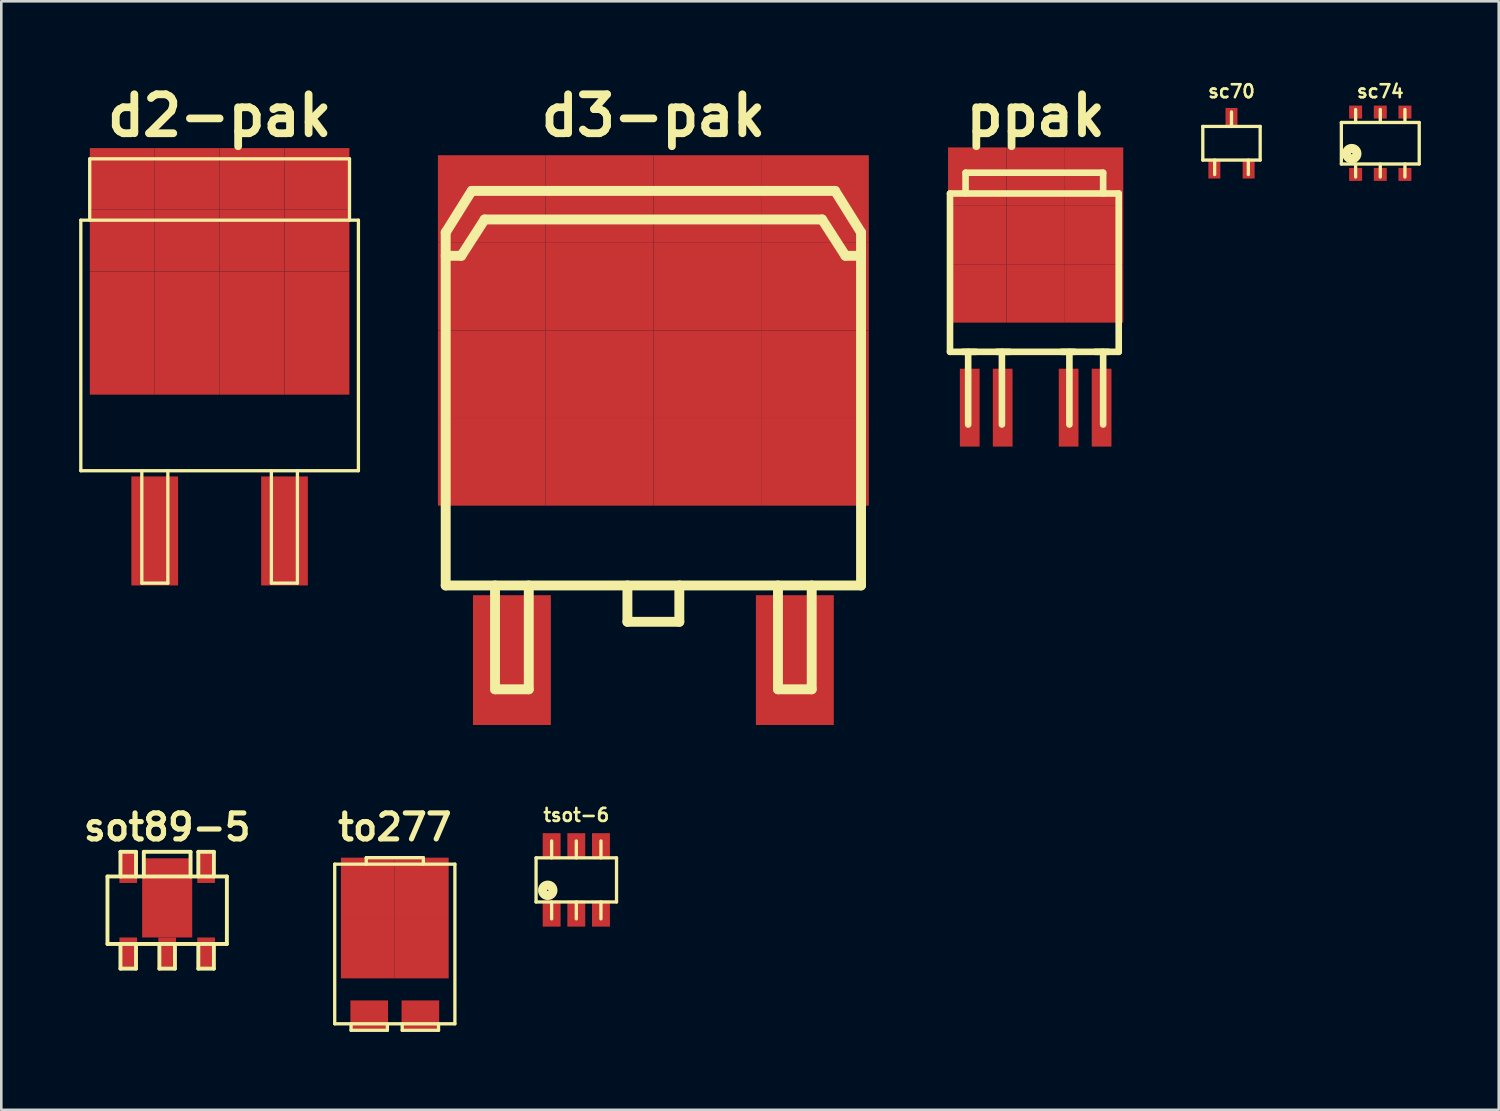
<source format=kicad_pcb>
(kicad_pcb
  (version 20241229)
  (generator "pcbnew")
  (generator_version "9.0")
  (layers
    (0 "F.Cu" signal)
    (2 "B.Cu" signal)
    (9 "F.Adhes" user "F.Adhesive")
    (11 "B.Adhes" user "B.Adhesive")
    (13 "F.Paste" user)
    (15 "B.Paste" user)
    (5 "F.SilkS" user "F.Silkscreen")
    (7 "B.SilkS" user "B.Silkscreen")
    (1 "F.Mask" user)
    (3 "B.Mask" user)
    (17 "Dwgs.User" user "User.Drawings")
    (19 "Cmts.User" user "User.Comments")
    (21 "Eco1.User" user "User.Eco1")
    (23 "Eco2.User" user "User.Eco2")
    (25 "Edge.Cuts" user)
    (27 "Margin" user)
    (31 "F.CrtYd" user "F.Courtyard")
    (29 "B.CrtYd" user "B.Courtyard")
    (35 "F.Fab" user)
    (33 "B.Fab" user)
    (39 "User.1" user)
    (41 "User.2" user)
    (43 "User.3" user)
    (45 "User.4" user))
  (footprint "to277"
    (layer "F.Cu")
    (at 12.159 33.315)
    (property "Reference" "to277" (at 0 -4.5 0) (layer "F.SilkS") (effects (font (size 1 1) (thickness 0.2))))
    (attr through_hole)
    (fp_line (start -2.315 -3.075) (end -2.315 3.075) (stroke (width 0.127) (type solid)) (layer "F.SilkS"))
    (fp_line (start -2.315 3.075) (end 2.315 3.075) (stroke (width 0.127) (type solid)) (layer "F.SilkS"))
    (fp_line (start -1.685 3.325) (end -1.685 3.075) (stroke (width 0.127) (type solid)) (layer "F.SilkS"))
    (fp_line (start -1.685 3.325) (end -0.285 3.325) (stroke (width 0.127) (type solid)) (layer "F.SilkS"))
    (fp_line (start -1.1 -3.325) (end 1.1 -3.325) (stroke (width 0.127) (type solid)) (layer "F.SilkS"))
    (fp_line (start -1.1 -3.075) (end -1.1 -3.325) (stroke (width 0.127) (type solid)) (layer "F.SilkS"))
    (fp_line (start -0.285 3.325) (end -0.285 3.075) (stroke (width 0.127) (type solid)) (layer "F.SilkS"))
    (fp_line (start 0.285 3.325) (end 0.285 3.075) (stroke (width 0.127) (type solid)) (layer "F.SilkS"))
    (fp_line (start 1.1 -3.075) (end 1.1 -3.325) (stroke (width 0.127) (type solid)) (layer "F.SilkS"))
    (fp_line (start 1.685 3.325) (end 0.285 3.325) (stroke (width 0.127) (type solid)) (layer "F.SilkS"))
    (fp_line (start 1.685 3.325) (end 1.685 3.075) (stroke (width 0.127) (type solid)) (layer "F.SilkS"))
    (fp_line (start 2.315 -3.075) (end -2.315 -3.075) (stroke (width 0.127) (type solid)) (layer "F.SilkS"))
    (fp_line (start 2.315 3.075) (end 2.315 -3.075) (stroke (width 0.127) (type solid)) (layer "F.SilkS"))
    (pad "1" smd rect (at -0.985 2.75) (size 1.45 1.15) (layers "F.Cu" "F.Mask" "F.Paste"))
    (pad "2" smd rect (at -1.038 -2.163) (size 2.075 2.325) (layers "F.Cu" "F.Mask" "F.Paste"))
    (pad "2" smd rect (at -1.038 0.163) (size 2.075 2.325) (layers "F.Cu" "F.Mask" "F.Paste"))
    (pad "2" smd rect (at 1.038 -2.163) (size 2.075 2.325) (layers "F.Cu" "F.Mask" "F.Paste"))
    (pad "2" smd rect (at 1.038 0.163) (size 2.075 2.325) (layers "F.Cu" "F.Mask" "F.Paste"))
    (pad "3" smd rect (at 0.985 2.75) (size 1.45 1.15) (layers "F.Cu" "F.Mask" "F.Paste")))
  (footprint "d2-pak"
    (layer "F.Cu")
    (at 5.41 12.404)
    (property "Reference" "d2-pak" (at 0 -11 0) (layer "F.SilkS") (effects (font (size 1.5 1.5) (thickness 0.3))))
    (attr through_hole)
    (fp_line (start -5.347 -6.972) (end 5.347 -6.972) (stroke (width 0.127) (type solid)) (layer "F.SilkS"))
    (fp_line (start -5.347 2.68) (end -5.347 -6.972) (stroke (width 0.127) (type solid)) (layer "F.SilkS"))
    (fp_line (start -5.004 -9.335) (end 5.004 -9.335) (stroke (width 0.127) (type solid)) (layer "F.SilkS"))
    (fp_line (start -5.004 -6.972) (end -5.004 -9.335) (stroke (width 0.127) (type solid)) (layer "F.SilkS"))
    (fp_line (start -2.997 2.68) (end -2.997 7.01) (stroke (width 0.127) (type solid)) (layer "F.SilkS"))
    (fp_line (start -2.997 7.01) (end -1.994 7.01) (stroke (width 0.127) (type solid)) (layer "F.SilkS"))
    (fp_line (start -1.994 7.01) (end -1.994 2.68) (stroke (width 0.127) (type solid)) (layer "F.SilkS"))
    (fp_line (start 1.994 2.68) (end 1.994 7.01) (stroke (width 0.127) (type solid)) (layer "F.SilkS"))
    (fp_line (start 1.994 7.01) (end 2.997 7.01) (stroke (width 0.127) (type solid)) (layer "F.SilkS"))
    (fp_line (start 2.997 7.01) (end 2.997 2.68) (stroke (width 0.127) (type solid)) (layer "F.SilkS"))
    (fp_line (start 5.004 -9.335) (end 5.004 -6.972) (stroke (width 0.127) (type solid)) (layer "F.SilkS"))
    (fp_line (start 5.347 -6.972) (end 5.347 2.68) (stroke (width 0.127) (type solid)) (layer "F.SilkS"))
    (fp_line (start 5.347 2.68) (end -5.347 2.68) (stroke (width 0.127) (type solid)) (layer "F.SilkS"))
    (pad "1" smd rect (at -2.5 5) (size 1.8 4.2) (layers "F.Cu" "F.Mask" "F.Paste"))
    (pad "2" smd rect (at -3.75 -8.562) (size 2.5 2.375) (layers "F.Cu" "F.Mask" "F.Paste"))
    (pad "2" smd rect (at -3.75 -6.188) (size 2.5 2.375) (layers "F.Cu" "F.Mask" "F.Paste"))
    (pad "2" smd rect (at -3.75 -3.812) (size 2.5 2.375) (layers "F.Cu" "F.Mask" "F.Paste"))
    (pad "2" smd rect (at -3.75 -1.438) (size 2.5 2.375) (layers "F.Cu" "F.Mask" "F.Paste"))
    (pad "2" smd rect (at -1.25 -8.562) (size 2.5 2.375) (layers "F.Cu" "F.Mask" "F.Paste"))
    (pad "2" smd rect (at -1.25 -6.188) (size 2.5 2.375) (layers "F.Cu" "F.Mask" "F.Paste"))
    (pad "2" smd rect (at -1.25 -3.812) (size 2.5 2.375) (layers "F.Cu" "F.Mask" "F.Paste"))
    (pad "2" smd rect (at -1.25 -1.438) (size 2.5 2.375) (layers "F.Cu" "F.Mask" "F.Paste"))
    (pad "2" smd rect (at 1.25 -8.562) (size 2.5 2.375) (layers "F.Cu" "F.Mask" "F.Paste"))
    (pad "2" smd rect (at 1.25 -6.188) (size 2.5 2.375) (layers "F.Cu" "F.Mask" "F.Paste"))
    (pad "2" smd rect (at 1.25 -3.812) (size 2.5 2.375) (layers "F.Cu" "F.Mask" "F.Paste"))
    (pad "2" smd rect (at 1.25 -1.438) (size 2.5 2.375) (layers "F.Cu" "F.Mask" "F.Paste"))
    (pad "2" smd rect (at 3.75 -8.562) (size 2.5 2.375) (layers "F.Cu" "F.Mask" "F.Paste"))
    (pad "2" smd rect (at 3.75 -6.188) (size 2.5 2.375) (layers "F.Cu" "F.Mask" "F.Paste"))
    (pad "2" smd rect (at 3.75 -3.812) (size 2.5 2.375) (layers "F.Cu" "F.Mask" "F.Paste"))
    (pad "2" smd rect (at 3.75 -1.438) (size 2.5 2.375) (layers "F.Cu" "F.Mask" "F.Paste"))
    (pad "3" smd rect (at 2.5 5) (size 1.8 4.2) (layers "F.Cu" "F.Mask" "F.Paste")))
  (footprint "ppak"
    (layer "F.Cu")
    (at 36.847 8.404)
    (property "Reference" "ppak" (at 0 -7 0) (layer "F.SilkS") (effects (font (size 1.5 1.5) (thickness 0.3))))
    (attr through_hole)
    (fp_line (start -3.3 -4) (end 3.2 -4) (stroke (width 0.254) (type solid)) (layer "F.SilkS"))
    (fp_line (start -3.3 2.1) (end -3.3 -4) (stroke (width 0.254) (type solid)) (layer "F.SilkS"))
    (fp_line (start -3.3 2.1) (end 3.2 2.1) (stroke (width 0.254) (type solid)) (layer "F.SilkS"))
    (fp_line (start -2.7 -4.8) (end 2.6 -4.8) (stroke (width 0.254) (type solid)) (layer "F.SilkS"))
    (fp_line (start -2.7 -4) (end -2.7 -4.8) (stroke (width 0.254) (type solid)) (layer "F.SilkS"))
    (fp_line (start -2.6 2.1) (end -2.6 4.9) (stroke (width 0.254) (type solid)) (layer "F.SilkS"))
    (fp_line (start -2.3 2.1) (end -2.8 2.1) (stroke (width 0.254) (type solid)) (layer "F.SilkS"))
    (fp_line (start -1.3 2.1) (end -1.3 4.9) (stroke (width 0.254) (type solid)) (layer "F.SilkS"))
    (fp_line (start -1 2.1) (end -1.5 2.1) (stroke (width 0.254) (type solid)) (layer "F.SilkS"))
    (fp_line (start 1.3 4.9) (end 1.3 2.1) (stroke (width 0.254) (type solid)) (layer "F.SilkS"))
    (fp_line (start 1.5 2.1) (end 1 2.1) (stroke (width 0.254) (type solid)) (layer "F.SilkS"))
    (fp_line (start 2.6 -4.8) (end 2.6 -4) (stroke (width 0.254) (type solid)) (layer "F.SilkS"))
    (fp_line (start 2.6 4.9) (end 2.6 2.1) (stroke (width 0.254) (type solid)) (layer "F.SilkS"))
    (fp_line (start 2.8 2.1) (end 2.3 2.1) (stroke (width 0.254) (type solid)) (layer "F.SilkS"))
    (fp_line (start 3.2 -4) (end 3.2 2.1) (stroke (width 0.254) (type solid)) (layer "F.SilkS"))
    (pad "1" smd rect (at -2.54 4.25) (size 0.76 3) (layers "F.Cu" "F.Mask" "F.Paste"))
    (pad "2" smd rect (at -1.27 4.25) (size 0.76 3) (layers "F.Cu" "F.Mask" "F.Paste"))
    (pad "4" smd rect (at 1.27 4.25) (size 0.76 3) (layers "F.Cu" "F.Mask" "F.Paste"))
    (pad "5" smd rect (at 2.54 4.25) (size 0.76 3) (layers "F.Cu" "F.Mask" "F.Paste"))
    (pad "6" smd rect (at -2.25 -4.65) (size 2.25 2.25) (layers "F.Cu" "F.Mask" "F.Paste"))
    (pad "6" smd rect (at -2.25 -2.4) (size 2.25 2.25) (layers "F.Cu" "F.Mask" "F.Paste"))
    (pad "6" smd rect (at -2.25 -0.15) (size 2.25 2.25) (layers "F.Cu" "F.Mask" "F.Paste"))
    (pad "6" smd rect (at 0 -4.65) (size 2.25 2.25) (layers "F.Cu" "F.Mask" "F.Paste"))
    (pad "6" smd rect (at 0 -2.4) (size 2.25 2.25) (layers "F.Cu" "F.Mask" "F.Paste"))
    (pad "6" smd rect (at 0 -0.15) (size 2.25 2.25) (layers "F.Cu" "F.Mask" "F.Paste"))
    (pad "6" smd rect (at 2.25 -4.65) (size 2.25 2.25) (layers "F.Cu" "F.Mask" "F.Paste"))
    (pad "6" smd rect (at 2.25 -2.4) (size 2.25 2.25) (layers "F.Cu" "F.Mask" "F.Paste"))
    (pad "6" smd rect (at 2.25 -0.15) (size 2.25 2.25) (layers "F.Cu" "F.Mask" "F.Paste")))
  (footprint "tsot-6"
    (layer "F.Cu")
    (at 19.151 30.847)
    (property "Reference" "tsot-6" (at 0 -2.5 0) (layer "F.SilkS") (effects (font (size 0.5 0.5) (thickness 0.1))))
    (attr through_hole)
    (fp_line (start -1.55 -0.85) (end 1.55 -0.85) (stroke (width 0.127) (type solid)) (layer "F.SilkS"))
    (fp_line (start -1.55 0.85) (end -1.55 -0.85) (stroke (width 0.127) (type solid)) (layer "F.SilkS"))
    (fp_line (start -0.95 -0.85) (end -0.95 -1.5) (stroke (width 0.127) (type solid)) (layer "F.SilkS"))
    (fp_line (start -0.95 0.85) (end -0.95 1.5) (stroke (width 0.127) (type solid)) (layer "F.SilkS"))
    (fp_line (start 0 -0.85) (end 0 -1.5) (stroke (width 0.127) (type solid)) (layer "F.SilkS"))
    (fp_line (start 0 0.85) (end 0 1.5) (stroke (width 0.127) (type solid)) (layer "F.SilkS"))
    (fp_line (start 0.95 -0.85) (end 0.95 -1.5) (stroke (width 0.127) (type solid)) (layer "F.SilkS"))
    (fp_line (start 0.95 0.85) (end 0.95 1.5) (stroke (width 0.127) (type solid)) (layer "F.SilkS"))
    (fp_line (start 1.55 -0.85) (end 1.55 0.85) (stroke (width 0.127) (type solid)) (layer "F.SilkS"))
    (fp_line (start 1.55 0.85) (end -1.55 0.85) (stroke (width 0.127) (type solid)) (layer "F.SilkS"))
    (fp_circle (center -1.1 0.4) (end -1.3 0.4) (stroke (width 0.15) (type solid)) (fill no) (layer "F.SilkS"))
    (fp_circle (center -1.1 0.4) (end -1.2 0.4) (stroke (width 0.15) (type solid)) (fill no) (layer "F.SilkS"))
    (fp_circle (center -1.1 0.4) (end -0.8 0.4) (stroke (width 0.15) (type solid)) (fill no) (layer "F.SilkS"))
    (pad "1" smd rect (at -0.95 1.3) (size 0.69 1) (layers "F.Cu" "F.Mask" "F.Paste"))
    (pad "2" smd rect (at 0 1.3) (size 0.69 1) (layers "F.Cu" "F.Mask" "F.Paste"))
    (pad "3" smd rect (at 0.95 1.3) (size 0.69 1) (layers "F.Cu" "F.Mask" "F.Paste"))
    (pad "4" smd rect (at 0.95 -1.3) (size 0.69 1) (layers "F.Cu" "F.Mask" "F.Paste"))
    (pad "5" smd rect (at 0 -1.3) (size 0.69 1) (layers "F.Cu" "F.Mask" "F.Paste"))
    (pad "6" smd rect (at -0.95 -1.3) (size 0.69 1) (layers "F.Cu" "F.Mask" "F.Paste")))
  (footprint "d3-pak"
    (layer "F.Cu")
    (at 22.12 13.904)
    (property "Reference" "d3-pak" (at 0 -12.5 0) (layer "F.SilkS") (effects (font (size 1.5 1.5) (thickness 0.3))))
    (attr through_hole)
    (fp_line (start -8 -8) (end -8 5.6) (stroke (width 0.381) (type solid)) (layer "F.SilkS"))
    (fp_line (start -8 -8) (end -7 -9.6) (stroke (width 0.381) (type solid)) (layer "F.SilkS"))
    (fp_line (start -8 5.6) (end 8 5.6) (stroke (width 0.381) (type solid)) (layer "F.SilkS"))
    (fp_line (start -7.4 -7.1) (end -8 -7.1) (stroke (width 0.381) (type solid)) (layer "F.SilkS"))
    (fp_line (start -7 -9.6) (end 7 -9.6) (stroke (width 0.381) (type solid)) (layer "F.SilkS"))
    (fp_line (start -6.5 -8.5) (end -7.4 -7.1) (stroke (width 0.381) (type solid)) (layer "F.SilkS"))
    (fp_line (start -6.1 5.6) (end -6.1 9.6) (stroke (width 0.381) (type solid)) (layer "F.SilkS"))
    (fp_line (start -6.1 9.6) (end -4.8 9.6) (stroke (width 0.381) (type solid)) (layer "F.SilkS"))
    (fp_line (start -4.8 9.6) (end -4.8 5.6) (stroke (width 0.381) (type solid)) (layer "F.SilkS"))
    (fp_line (start -1 5.6) (end -1 7) (stroke (width 0.381) (type solid)) (layer "F.SilkS"))
    (fp_line (start -1 7) (end 1 7) (stroke (width 0.381) (type solid)) (layer "F.SilkS"))
    (fp_line (start 1 7) (end 1 5.6) (stroke (width 0.381) (type solid)) (layer "F.SilkS"))
    (fp_line (start 4.8 5.6) (end 4.8 9.6) (stroke (width 0.381) (type solid)) (layer "F.SilkS"))
    (fp_line (start 4.8 9.6) (end 6.1 9.6) (stroke (width 0.381) (type solid)) (layer "F.SilkS"))
    (fp_line (start 6.1 9.6) (end 6.1 5.6) (stroke (width 0.381) (type solid)) (layer "F.SilkS"))
    (fp_line (start 6.5 -8.5) (end -6.5 -8.5) (stroke (width 0.381) (type solid)) (layer "F.SilkS"))
    (fp_line (start 6.5 -8.5) (end 7.4 -7.1) (stroke (width 0.381) (type solid)) (layer "F.SilkS"))
    (fp_line (start 7.4 -7.1) (end 8 -7.1) (stroke (width 0.381) (type solid)) (layer "F.SilkS"))
    (fp_line (start 8 -8) (end 7 -9.6) (stroke (width 0.381) (type solid)) (layer "F.SilkS"))
    (fp_line (start 8 -8) (end 8 5.6) (stroke (width 0.381) (type solid)) (layer "F.SilkS"))
    (pad "1" smd rect (at -5.45 8.475) (size 3 5) (layers "F.Cu" "F.Mask" "F.Paste"))
    (pad "2" smd rect (at -6.225 -9.287) (size 4.15 3.375) (layers "F.Cu" "F.Mask" "F.Paste"))
    (pad "2" smd rect (at -6.225 -5.912) (size 4.15 3.375) (layers "F.Cu" "F.Mask" "F.Paste"))
    (pad "2" smd rect (at -6.225 -2.538) (size 4.15 3.375) (layers "F.Cu" "F.Mask" "F.Paste"))
    (pad "2" smd rect (at -6.225 0.838) (size 4.15 3.375) (layers "F.Cu" "F.Mask" "F.Paste"))
    (pad "2" smd rect (at -2.075 -9.287) (size 4.15 3.375) (layers "F.Cu" "F.Mask" "F.Paste"))
    (pad "2" smd rect (at -2.075 -5.912) (size 4.15 3.375) (layers "F.Cu" "F.Mask" "F.Paste"))
    (pad "2" smd rect (at -2.075 -2.538) (size 4.15 3.375) (layers "F.Cu" "F.Mask" "F.Paste"))
    (pad "2" smd rect (at -2.075 0.838) (size 4.15 3.375) (layers "F.Cu" "F.Mask" "F.Paste"))
    (pad "2" smd rect (at 2.075 -9.287) (size 4.15 3.375) (layers "F.Cu" "F.Mask" "F.Paste"))
    (pad "2" smd rect (at 2.075 -5.912) (size 4.15 3.375) (layers "F.Cu" "F.Mask" "F.Paste"))
    (pad "2" smd rect (at 2.075 -2.538) (size 4.15 3.375) (layers "F.Cu" "F.Mask" "F.Paste"))
    (pad "2" smd rect (at 2.075 0.838) (size 4.15 3.375) (layers "F.Cu" "F.Mask" "F.Paste"))
    (pad "2" smd rect (at 6.225 -9.287) (size 4.15 3.375) (layers "F.Cu" "F.Mask" "F.Paste"))
    (pad "2" smd rect (at 6.225 -5.912) (size 4.15 3.375) (layers "F.Cu" "F.Mask" "F.Paste"))
    (pad "2" smd rect (at 6.225 -2.538) (size 4.15 3.375) (layers "F.Cu" "F.Mask" "F.Paste"))
    (pad "2" smd rect (at 6.225 0.838) (size 4.15 3.375) (layers "F.Cu" "F.Mask" "F.Paste"))
    (pad "3" smd rect (at 5.45 8.475) (size 3 5) (layers "F.Cu" "F.Mask" "F.Paste")))
  (footprint "sc74"
    (layer "F.Cu")
    (at 50.123 2.468)
    (property "Reference" "sc74" (at 0 -2 0) (layer "F.SilkS") (effects (font (size 0.5 0.5) (thickness 0.1))))
    (attr through_hole)
    (fp_line (start -1.5 -0.8) (end 1.5 -0.8) (stroke (width 0.127) (type solid)) (layer "F.SilkS"))
    (fp_line (start -1.5 0.8) (end -1.5 -0.8) (stroke (width 0.127) (type solid)) (layer "F.SilkS"))
    (fp_line (start -0.95 -0.8) (end -0.95 -1.3) (stroke (width 0.127) (type solid)) (layer "F.SilkS"))
    (fp_line (start -0.95 0.8) (end -0.95 1.3) (stroke (width 0.127) (type solid)) (layer "F.SilkS"))
    (fp_line (start 0 -0.8) (end 0 -1.3) (stroke (width 0.127) (type solid)) (layer "F.SilkS"))
    (fp_line (start 0 0.8) (end 0 1.3) (stroke (width 0.127) (type solid)) (layer "F.SilkS"))
    (fp_line (start 0.95 -0.8) (end 0.95 -1.3) (stroke (width 0.127) (type solid)) (layer "F.SilkS"))
    (fp_line (start 0.95 0.8) (end 0.95 1.3) (stroke (width 0.127) (type solid)) (layer "F.SilkS"))
    (fp_line (start 1.5 -0.8) (end 1.5 0.8) (stroke (width 0.127) (type solid)) (layer "F.SilkS"))
    (fp_line (start 1.5 0.8) (end -1.5 0.8) (stroke (width 0.127) (type solid)) (layer "F.SilkS"))
    (fp_circle (center -1.1 0.4) (end -1.1 0.1) (stroke (width 0.15) (type solid)) (fill no) (layer "F.SilkS"))
    (fp_circle (center -1.1 0.4) (end -1.1 0.2) (stroke (width 0.15) (type solid)) (fill no) (layer "F.SilkS"))
    (fp_circle (center -1.1 0.4) (end -1.1 0.3) (stroke (width 0.15) (type solid)) (fill no) (layer "F.SilkS"))
    (pad "1" smd rect (at -0.95 1.2) (size 0.5 0.5) (layers "F.Cu" "F.Mask" "F.Paste"))
    (pad "2" smd rect (at 0 1.2) (size 0.5 0.5) (layers "F.Cu" "F.Mask" "F.Paste"))
    (pad "3" smd rect (at 0.95 1.2) (size 0.5 0.5) (layers "F.Cu" "F.Mask" "F.Paste"))
    (pad "4" smd rect (at 0.95 -1.2) (size 0.5 0.5) (layers "F.Cu" "F.Mask" "F.Paste"))
    (pad "5" smd rect (at 0 -1.2) (size 0.5 0.5) (layers "F.Cu" "F.Mask" "F.Paste"))
    (pad "6" smd rect (at -0.95 -1.2) (size 0.5 0.5) (layers "F.Cu" "F.Mask" "F.Paste")))
  (footprint "sc70"
    (layer "F.Cu")
    (at 44.391 2.468)
    (property "Reference" "sc70" (at 0 -2 0) (layer "F.SilkS") (effects (font (size 0.5 0.5) (thickness 0.1))))
    (attr through_hole)
    (fp_line (start -1.105 -0.648) (end 1.105 -0.648) (stroke (width 0.127) (type solid)) (layer "F.SilkS"))
    (fp_line (start -1.105 0.648) (end -1.105 -0.648) (stroke (width 0.127) (type solid)) (layer "F.SilkS"))
    (fp_line (start -0.648 0.648) (end -0.648 1.206) (stroke (width 0.127) (type solid)) (layer "F.SilkS"))
    (fp_line (start 0 -0.648) (end 0 -1.206) (stroke (width 0.127) (type solid)) (layer "F.SilkS"))
    (fp_line (start 0.648 0.648) (end 0.648 1.206) (stroke (width 0.127) (type solid)) (layer "F.SilkS"))
    (fp_line (start 1.105 -0.648) (end 1.105 0.648) (stroke (width 0.127) (type solid)) (layer "F.SilkS"))
    (fp_line (start 1.105 0.648) (end -1.105 0.648) (stroke (width 0.127) (type solid)) (layer "F.SilkS"))
    (pad "1" smd rect (at -0.66 1) (size 0.46 0.72) (layers "F.Cu" "F.Mask" "F.Paste"))
    (pad "2" smd rect (at 0 -1) (size 0.46 0.72) (layers "F.Cu" "F.Mask" "F.Paste"))
    (pad "3" smd rect (at 0.66 1) (size 0.46 0.72) (layers "F.Cu" "F.Mask" "F.Paste")))
  (footprint "sot89-5"
    (layer "F.Cu")
    (at 3.39 32.015)
    (property "Reference" "sot89-5" (at 0 -3.2 0) (layer "F.SilkS") (effects (font (size 1 1) (thickness 0.2))))
    (attr through_hole)
    (fp_line (start -2.3 -1.3) (end 2.3 -1.3) (stroke (width 0.15) (type solid)) (layer "F.SilkS"))
    (fp_line (start -2.3 1.3) (end -2.3 -1.3) (stroke (width 0.15) (type solid)) (layer "F.SilkS"))
    (fp_line (start -1.8 -1.3) (end -1.8 -2.25) (stroke (width 0.15) (type solid)) (layer "F.SilkS"))
    (fp_line (start -1.8 2.25) (end -1.8 1.3) (stroke (width 0.15) (type solid)) (layer "F.SilkS"))
    (fp_line (start -1.8 2.25) (end -1.2 2.25) (stroke (width 0.15) (type solid)) (layer "F.SilkS"))
    (fp_line (start -1.2 -2.25) (end -1.8 -2.25) (stroke (width 0.15) (type solid)) (layer "F.SilkS"))
    (fp_line (start -1.2 -1.3) (end -1.2 -2.25) (stroke (width 0.15) (type solid)) (layer "F.SilkS"))
    (fp_line (start -1.2 2.25) (end -1.2 1.3) (stroke (width 0.15) (type solid)) (layer "F.SilkS"))
    (fp_line (start -0.9 -2.25) (end -0.9 -1.3) (stroke (width 0.15) (type solid)) (layer "F.SilkS"))
    (fp_line (start -0.9 -2.25) (end 0.9 -2.25) (stroke (width 0.15) (type solid)) (layer "F.SilkS"))
    (fp_line (start -0.3 2.25) (end -0.3 1.3) (stroke (width 0.15) (type solid)) (layer "F.SilkS"))
    (fp_line (start -0.3 2.25) (end 0.3 2.25) (stroke (width 0.15) (type solid)) (layer "F.SilkS"))
    (fp_line (start 0.3 2.25) (end 0.3 1.3) (stroke (width 0.15) (type solid)) (layer "F.SilkS"))
    (fp_line (start 0.9 -2.25) (end 0.9 -1.3) (stroke (width 0.15) (type solid)) (layer "F.SilkS"))
    (fp_line (start 1.2 -2.25) (end 1.8 -2.25) (stroke (width 0.15) (type solid)) (layer "F.SilkS"))
    (fp_line (start 1.2 -1.3) (end 1.2 -2.25) (stroke (width 0.15) (type solid)) (layer "F.SilkS"))
    (fp_line (start 1.2 2.25) (end 1.2 1.3) (stroke (width 0.15) (type solid)) (layer "F.SilkS"))
    (fp_line (start 1.2 2.25) (end 1.8 2.25) (stroke (width 0.15) (type solid)) (layer "F.SilkS"))
    (fp_line (start 1.8 -2.25) (end 1.8 -1.3) (stroke (width 0.15) (type solid)) (layer "F.SilkS"))
    (fp_line (start 1.8 2.25) (end 1.8 1.3) (stroke (width 0.15) (type solid)) (layer "F.SilkS"))
    (fp_line (start 2.3 -1.3) (end 2.3 1.3) (stroke (width 0.15) (type solid)) (layer "F.SilkS"))
    (fp_line (start 2.3 1.3) (end -2.3 1.3) (stroke (width 0.15) (type solid)) (layer "F.SilkS"))
    (pad "1" smd rect (at -1.5 1.65) (size 0.68 1.2) (layers "F.Cu" "F.Mask" "F.Paste"))
    (pad "2" smd rect (at 0 -0.475) (size 1.93 3.05) (layers "F.Cu" "F.Mask" "F.Paste"))
    (pad "2" smd rect (at 0 1.65) (size 0.68 1.2) (layers "F.Cu" "F.Mask" "F.Paste"))
    (pad "3" smd rect (at 1.5 1.65) (size 0.68 1.2) (layers "F.Cu" "F.Mask" "F.Paste"))
    (pad "4" smd rect (at 1.5 -1.65) (size 0.68 1.2) (layers "F.Cu" "F.Mask" "F.Paste"))
    (pad "5" smd rect (at -1.5 -1.65) (size 0.68 1.2) (layers "F.Cu" "F.Mask" "F.Paste")))
  (gr_rect
    (start -3 -3)
    (end 54.686 39.703)
    (stroke (width 0.1) (type default))
    (fill no)
    (layer "Edge.Cuts")))
</source>
